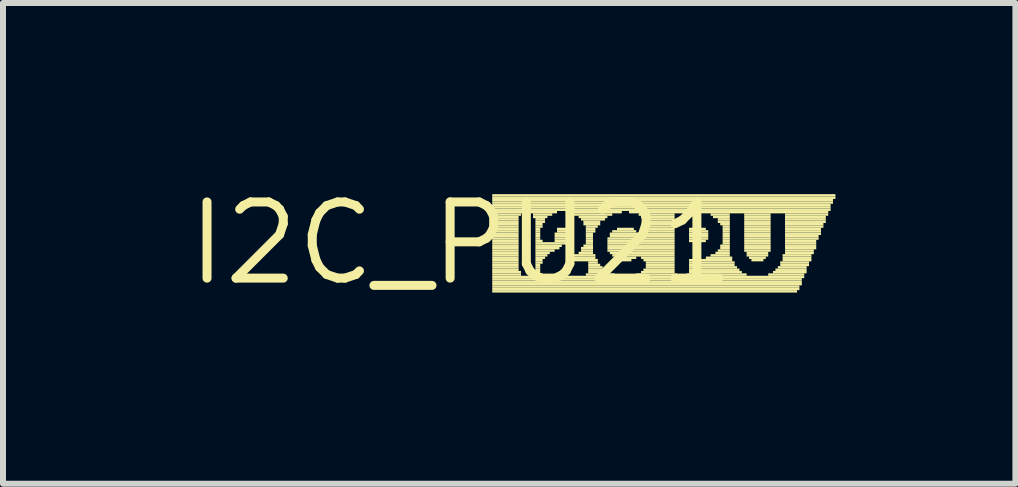
<source format=kicad_pcb>
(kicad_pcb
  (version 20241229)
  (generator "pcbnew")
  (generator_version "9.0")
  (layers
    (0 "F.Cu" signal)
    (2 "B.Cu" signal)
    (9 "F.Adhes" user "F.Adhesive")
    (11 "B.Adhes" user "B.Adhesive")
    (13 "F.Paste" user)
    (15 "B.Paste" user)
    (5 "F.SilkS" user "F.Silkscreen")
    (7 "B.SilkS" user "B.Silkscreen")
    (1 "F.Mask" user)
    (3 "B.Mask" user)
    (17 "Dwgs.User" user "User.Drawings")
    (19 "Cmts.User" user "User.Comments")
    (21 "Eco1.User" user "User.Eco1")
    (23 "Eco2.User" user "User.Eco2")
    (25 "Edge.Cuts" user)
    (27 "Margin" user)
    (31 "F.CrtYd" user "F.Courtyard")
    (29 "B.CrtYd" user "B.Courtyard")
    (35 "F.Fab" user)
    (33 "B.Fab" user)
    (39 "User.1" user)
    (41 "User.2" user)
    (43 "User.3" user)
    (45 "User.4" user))
  (footprint "I2C_PU21"
    (layer "F.Cu")
    (at 4.634 1.006)
    (property "Reference" "I2C_PU21" (at 0 0 0) (layer "F.SilkS") (effects (font (size 1.27 1.27) (thickness 0.15))))
    (fp_poly (pts (xy 0.52 -0.78) (xy 6.24 -0.78) (xy 6.24 -0.82) (xy 0.52 -0.82)) (stroke (width 0) (type solid)) (fill yes) (layer "F.SilkS"))
    (fp_poly (pts (xy 0.52 -0.74) (xy 6.24 -0.74) (xy 6.24 -0.78) (xy 0.52 -0.78)) (stroke (width 0) (type solid)) (fill yes) (layer "F.SilkS"))
    (fp_poly (pts (xy 0.52 -0.7) (xy 6.2 -0.7) (xy 6.2 -0.74) (xy 0.52 -0.74)) (stroke (width 0) (type solid)) (fill yes) (layer "F.SilkS"))
    (fp_poly (pts (xy 0.52 -0.66) (xy 6.2 -0.66) (xy 6.2 -0.7) (xy 0.52 -0.7)) (stroke (width 0) (type solid)) (fill yes) (layer "F.SilkS"))
    (fp_poly (pts (xy 0.52 -0.62) (xy 6.16 -0.62) (xy 6.16 -0.66) (xy 0.52 -0.66)) (stroke (width 0) (type solid)) (fill yes) (layer "F.SilkS"))
    (fp_poly (pts (xy 0.52 -0.58) (xy 6.16 -0.58) (xy 6.16 -0.62) (xy 0.52 -0.62)) (stroke (width 0) (type solid)) (fill yes) (layer "F.SilkS"))
    (fp_poly (pts (xy 0.52 -0.54) (xy 6.16 -0.54) (xy 6.16 -0.58) (xy 0.52 -0.58)) (stroke (width 0) (type solid)) (fill yes) (layer "F.SilkS"))
    (fp_poly (pts (xy 0.52 -0.5) (xy 1.6 -0.5) (xy 1.6 -0.54) (xy 0.52 -0.54)) (stroke (width 0) (type solid)) (fill yes) (layer "F.SilkS"))
    (fp_poly (pts (xy 0.52 -0.46) (xy 1 -0.46) (xy 1 -0.5) (xy 0.52 -0.5)) (stroke (width 0) (type solid)) (fill yes) (layer "F.SilkS"))
    (fp_poly (pts (xy 0.52 -0.42) (xy 0.96 -0.42) (xy 0.96 -0.46) (xy 0.52 -0.46)) (stroke (width 0) (type solid)) (fill yes) (layer "F.SilkS"))
    (fp_poly (pts (xy 0.52 -0.38) (xy 0.96 -0.38) (xy 0.96 -0.42) (xy 0.52 -0.42)) (stroke (width 0) (type solid)) (fill yes) (layer "F.SilkS"))
    (fp_poly (pts (xy 0.52 -0.34) (xy 0.96 -0.34) (xy 0.96 -0.38) (xy 0.52 -0.38)) (stroke (width 0) (type solid)) (fill yes) (layer "F.SilkS"))
    (fp_poly (pts (xy 0.52 -0.3) (xy 0.96 -0.3) (xy 0.96 -0.34) (xy 0.52 -0.34)) (stroke (width 0) (type solid)) (fill yes) (layer "F.SilkS"))
    (fp_poly (pts (xy 0.52 -0.26) (xy 0.96 -0.26) (xy 0.96 -0.3) (xy 0.52 -0.3)) (stroke (width 0) (type solid)) (fill yes) (layer "F.SilkS"))
    (fp_poly (pts (xy 0.52 -0.22) (xy 0.96 -0.22) (xy 0.96 -0.26) (xy 0.52 -0.26)) (stroke (width 0) (type solid)) (fill yes) (layer "F.SilkS"))
    (fp_poly (pts (xy 0.52 -0.18) (xy 0.96 -0.18) (xy 0.96 -0.22) (xy 0.52 -0.22)) (stroke (width 0) (type solid)) (fill yes) (layer "F.SilkS"))
    (fp_poly (pts (xy 0.52 -0.14) (xy 0.96 -0.14) (xy 0.96 -0.18) (xy 0.52 -0.18)) (stroke (width 0) (type solid)) (fill yes) (layer "F.SilkS"))
    (fp_poly (pts (xy 0.52 -0.1) (xy 0.96 -0.1) (xy 0.96 -0.14) (xy 0.52 -0.14)) (stroke (width 0) (type solid)) (fill yes) (layer "F.SilkS"))
    (fp_poly (pts (xy 0.52 -0.06) (xy 0.96 -0.06) (xy 0.96 -0.1) (xy 0.52 -0.1)) (stroke (width 0) (type solid)) (fill yes) (layer "F.SilkS"))
    (fp_poly (pts (xy 0.52 -0.02) (xy 0.96 -0.02) (xy 0.96 -0.06) (xy 0.52 -0.06)) (stroke (width 0) (type solid)) (fill yes) (layer "F.SilkS"))
    (fp_poly (pts (xy 0.52 0.02) (xy 0.96 0.02) (xy 0.96 -0.02) (xy 0.52 -0.02)) (stroke (width 0) (type solid)) (fill yes) (layer "F.SilkS"))
    (fp_poly (pts (xy 0.52 0.06) (xy 0.96 0.06) (xy 0.96 0.02) (xy 0.52 0.02)) (stroke (width 0) (type solid)) (fill yes) (layer "F.SilkS"))
    (fp_poly (pts (xy 0.52 0.1) (xy 0.96 0.1) (xy 0.96 0.06) (xy 0.52 0.06)) (stroke (width 0) (type solid)) (fill yes) (layer "F.SilkS"))
    (fp_poly (pts (xy 0.52 0.14) (xy 0.96 0.14) (xy 0.96 0.1) (xy 0.52 0.1)) (stroke (width 0) (type solid)) (fill yes) (layer "F.SilkS"))
    (fp_poly (pts (xy 0.52 0.18) (xy 0.96 0.18) (xy 0.96 0.14) (xy 0.52 0.14)) (stroke (width 0) (type solid)) (fill yes) (layer "F.SilkS"))
    (fp_poly (pts (xy 0.52 0.22) (xy 0.96 0.22) (xy 0.96 0.18) (xy 0.52 0.18)) (stroke (width 0) (type solid)) (fill yes) (layer "F.SilkS"))
    (fp_poly (pts (xy 0.52 0.26) (xy 0.96 0.26) (xy 0.96 0.22) (xy 0.52 0.22)) (stroke (width 0) (type solid)) (fill yes) (layer "F.SilkS"))
    (fp_poly (pts (xy 0.52 0.3) (xy 0.96 0.3) (xy 0.96 0.26) (xy 0.52 0.26)) (stroke (width 0) (type solid)) (fill yes) (layer "F.SilkS"))
    (fp_poly (pts (xy 0.52 0.34) (xy 0.96 0.34) (xy 0.96 0.3) (xy 0.52 0.3)) (stroke (width 0) (type solid)) (fill yes) (layer "F.SilkS"))
    (fp_poly (pts (xy 0.52 0.38) (xy 0.96 0.38) (xy 0.96 0.34) (xy 0.52 0.34)) (stroke (width 0) (type solid)) (fill yes) (layer "F.SilkS"))
    (fp_poly (pts (xy 0.52 0.42) (xy 0.96 0.42) (xy 0.96 0.38) (xy 0.52 0.38)) (stroke (width 0) (type solid)) (fill yes) (layer "F.SilkS"))
    (fp_poly (pts (xy 0.52 0.46) (xy 0.96 0.46) (xy 0.96 0.42) (xy 0.52 0.42)) (stroke (width 0) (type solid)) (fill yes) (layer "F.SilkS"))
    (fp_poly (pts (xy 0.52 0.5) (xy 1 0.5) (xy 1 0.46) (xy 0.52 0.46)) (stroke (width 0) (type solid)) (fill yes) (layer "F.SilkS"))
    (fp_poly (pts (xy 0.52 0.54) (xy 1 0.54) (xy 1 0.5) (xy 0.52 0.5)) (stroke (width 0) (type solid)) (fill yes) (layer "F.SilkS"))
    (fp_poly (pts (xy 0.52 0.58) (xy 5.72 0.58) (xy 5.72 0.54) (xy 0.52 0.54)) (stroke (width 0) (type solid)) (fill yes) (layer "F.SilkS"))
    (fp_poly (pts (xy 0.52 0.62) (xy 5.68 0.62) (xy 5.68 0.58) (xy 0.52 0.58)) (stroke (width 0) (type solid)) (fill yes) (layer "F.SilkS"))
    (fp_poly (pts (xy 0.52 0.66) (xy 5.68 0.66) (xy 5.68 0.62) (xy 0.52 0.62)) (stroke (width 0) (type solid)) (fill yes) (layer "F.SilkS"))
    (fp_poly (pts (xy 0.52 0.7) (xy 5.68 0.7) (xy 5.68 0.66) (xy 0.52 0.66)) (stroke (width 0) (type solid)) (fill yes) (layer "F.SilkS"))
    (fp_poly (pts (xy 0.52 0.74) (xy 5.64 0.74) (xy 5.64 0.7) (xy 0.52 0.7)) (stroke (width 0) (type solid)) (fill yes) (layer "F.SilkS"))
    (fp_poly (pts (xy 0.52 0.78) (xy 5.64 0.78) (xy 5.64 0.74) (xy 0.52 0.74)) (stroke (width 0) (type solid)) (fill yes) (layer "F.SilkS"))
    (fp_poly (pts (xy 0.52 0.82) (xy 5.6 0.82) (xy 5.6 0.78) (xy 0.52 0.78)) (stroke (width 0) (type solid)) (fill yes) (layer "F.SilkS"))
    (fp_poly (pts (xy 1.2 -0.46) (xy 1.52 -0.46) (xy 1.52 -0.5) (xy 1.2 -0.5)) (stroke (width 0) (type solid)) (fill yes) (layer "F.SilkS"))
    (fp_poly (pts (xy 1.2 -0.42) (xy 1.44 -0.42) (xy 1.44 -0.46) (xy 1.2 -0.46)) (stroke (width 0) (type solid)) (fill yes) (layer "F.SilkS"))
    (fp_poly (pts (xy 1.2 0.5) (xy 1.32 0.5) (xy 1.32 0.46) (xy 1.2 0.46)) (stroke (width 0) (type solid)) (fill yes) (layer "F.SilkS"))
    (fp_poly (pts (xy 1.2 0.54) (xy 1.36 0.54) (xy 1.36 0.5) (xy 1.2 0.5)) (stroke (width 0) (type solid)) (fill yes) (layer "F.SilkS"))
    (fp_poly (pts (xy 1.24 -0.38) (xy 1.4 -0.38) (xy 1.4 -0.42) (xy 1.24 -0.42)) (stroke (width 0) (type solid)) (fill yes) (layer "F.SilkS"))
    (fp_poly (pts (xy 1.24 -0.34) (xy 1.4 -0.34) (xy 1.4 -0.38) (xy 1.24 -0.38)) (stroke (width 0) (type solid)) (fill yes) (layer "F.SilkS"))
    (fp_poly (pts (xy 1.24 -0.3) (xy 1.36 -0.3) (xy 1.36 -0.34) (xy 1.24 -0.34)) (stroke (width 0) (type solid)) (fill yes) (layer "F.SilkS"))
    (fp_poly (pts (xy 1.24 -0.26) (xy 1.36 -0.26) (xy 1.36 -0.3) (xy 1.24 -0.3)) (stroke (width 0) (type solid)) (fill yes) (layer "F.SilkS"))
    (fp_poly (pts (xy 1.24 -0.22) (xy 1.32 -0.22) (xy 1.32 -0.26) (xy 1.24 -0.26)) (stroke (width 0) (type solid)) (fill yes) (layer "F.SilkS"))
    (fp_poly (pts (xy 1.24 -0.18) (xy 1.32 -0.18) (xy 1.32 -0.22) (xy 1.24 -0.22)) (stroke (width 0) (type solid)) (fill yes) (layer "F.SilkS"))
    (fp_poly (pts (xy 1.24 -0.14) (xy 1.32 -0.14) (xy 1.32 -0.18) (xy 1.24 -0.18)) (stroke (width 0) (type solid)) (fill yes) (layer "F.SilkS"))
    (fp_poly (pts (xy 1.24 -0.1) (xy 1.32 -0.1) (xy 1.32 -0.14) (xy 1.24 -0.14)) (stroke (width 0) (type solid)) (fill yes) (layer "F.SilkS"))
    (fp_poly (pts (xy 1.24 -0.06) (xy 1.32 -0.06) (xy 1.32 -0.1) (xy 1.24 -0.1)) (stroke (width 0) (type solid)) (fill yes) (layer "F.SilkS"))
    (fp_poly (pts (xy 1.24 -0.02) (xy 1.36 -0.02) (xy 1.36 -0.06) (xy 1.24 -0.06)) (stroke (width 0) (type solid)) (fill yes) (layer "F.SilkS"))
    (fp_poly (pts (xy 1.24 0.02) (xy 1.76 0.02) (xy 1.76 -0.02) (xy 1.24 -0.02)) (stroke (width 0) (type solid)) (fill yes) (layer "F.SilkS"))
    (fp_poly (pts (xy 1.24 0.06) (xy 1.68 0.06) (xy 1.68 0.02) (xy 1.24 0.02)) (stroke (width 0) (type solid)) (fill yes) (layer "F.SilkS"))
    (fp_poly (pts (xy 1.24 0.1) (xy 1.64 0.1) (xy 1.64 0.06) (xy 1.24 0.06)) (stroke (width 0) (type solid)) (fill yes) (layer "F.SilkS"))
    (fp_poly (pts (xy 1.24 0.14) (xy 1.56 0.14) (xy 1.56 0.1) (xy 1.24 0.1)) (stroke (width 0) (type solid)) (fill yes) (layer "F.SilkS"))
    (fp_poly (pts (xy 1.24 0.18) (xy 1.48 0.18) (xy 1.48 0.14) (xy 1.24 0.14)) (stroke (width 0) (type solid)) (fill yes) (layer "F.SilkS"))
    (fp_poly (pts (xy 1.24 0.22) (xy 1.44 0.22) (xy 1.44 0.18) (xy 1.24 0.18)) (stroke (width 0) (type solid)) (fill yes) (layer "F.SilkS"))
    (fp_poly (pts (xy 1.24 0.26) (xy 1.4 0.26) (xy 1.4 0.22) (xy 1.24 0.22)) (stroke (width 0) (type solid)) (fill yes) (layer "F.SilkS"))
    (fp_poly (pts (xy 1.24 0.3) (xy 1.36 0.3) (xy 1.36 0.26) (xy 1.24 0.26)) (stroke (width 0) (type solid)) (fill yes) (layer "F.SilkS"))
    (fp_poly (pts (xy 1.24 0.34) (xy 1.36 0.34) (xy 1.36 0.3) (xy 1.24 0.3)) (stroke (width 0) (type solid)) (fill yes) (layer "F.SilkS"))
    (fp_poly (pts (xy 1.24 0.38) (xy 1.32 0.38) (xy 1.32 0.34) (xy 1.24 0.34)) (stroke (width 0) (type solid)) (fill yes) (layer "F.SilkS"))
    (fp_poly (pts (xy 1.24 0.42) (xy 1.32 0.42) (xy 1.32 0.38) (xy 1.24 0.38)) (stroke (width 0) (type solid)) (fill yes) (layer "F.SilkS"))
    (fp_poly (pts (xy 1.24 0.46) (xy 1.32 0.46) (xy 1.32 0.42) (xy 1.24 0.42)) (stroke (width 0) (type solid)) (fill yes) (layer "F.SilkS"))
    (fp_poly (pts (xy 1.56 -0.14) (xy 1.84 -0.14) (xy 1.84 -0.18) (xy 1.56 -0.18)) (stroke (width 0) (type solid)) (fill yes) (layer "F.SilkS"))
    (fp_poly (pts (xy 1.56 -0.1) (xy 1.84 -0.1) (xy 1.84 -0.14) (xy 1.56 -0.14)) (stroke (width 0) (type solid)) (fill yes) (layer "F.SilkS"))
    (fp_poly (pts (xy 1.56 -0.06) (xy 1.8 -0.06) (xy 1.8 -0.1) (xy 1.56 -0.1)) (stroke (width 0) (type solid)) (fill yes) (layer "F.SilkS"))
    (fp_poly (pts (xy 1.56 -0.02) (xy 1.8 -0.02) (xy 1.8 -0.06) (xy 1.56 -0.06)) (stroke (width 0) (type solid)) (fill yes) (layer "F.SilkS"))
    (fp_poly (pts (xy 1.6 -0.22) (xy 1.8 -0.22) (xy 1.8 -0.26) (xy 1.6 -0.26)) (stroke (width 0) (type solid)) (fill yes) (layer "F.SilkS"))
    (fp_poly (pts (xy 1.6 -0.18) (xy 1.84 -0.18) (xy 1.84 -0.22) (xy 1.6 -0.22)) (stroke (width 0) (type solid)) (fill yes) (layer "F.SilkS"))
    (fp_poly (pts (xy 1.76 0.3) (xy 2.28 0.3) (xy 2.28 0.26) (xy 1.76 0.26)) (stroke (width 0) (type solid)) (fill yes) (layer "F.SilkS"))
    (fp_poly (pts (xy 1.8 -0.5) (xy 2.68 -0.5) (xy 2.68 -0.54) (xy 1.8 -0.54)) (stroke (width 0) (type solid)) (fill yes) (layer "F.SilkS"))
    (fp_poly (pts (xy 1.84 0.26) (xy 2.24 0.26) (xy 2.24 0.22) (xy 1.84 0.22)) (stroke (width 0) (type solid)) (fill yes) (layer "F.SilkS"))
    (fp_poly (pts (xy 1.88 -0.46) (xy 2.52 -0.46) (xy 2.52 -0.5) (xy 1.88 -0.5)) (stroke (width 0) (type solid)) (fill yes) (layer "F.SilkS"))
    (fp_poly (pts (xy 1.88 0.22) (xy 2.24 0.22) (xy 2.24 0.18) (xy 1.88 0.18)) (stroke (width 0) (type solid)) (fill yes) (layer "F.SilkS"))
    (fp_poly (pts (xy 1.96 -0.42) (xy 2.44 -0.42) (xy 2.44 -0.46) (xy 1.96 -0.46)) (stroke (width 0) (type solid)) (fill yes) (layer "F.SilkS"))
    (fp_poly (pts (xy 1.96 0.18) (xy 2.2 0.18) (xy 2.2 0.14) (xy 1.96 0.14)) (stroke (width 0) (type solid)) (fill yes) (layer "F.SilkS"))
    (fp_poly (pts (xy 2 -0.38) (xy 2.4 -0.38) (xy 2.4 -0.42) (xy 2 -0.42)) (stroke (width 0) (type solid)) (fill yes) (layer "F.SilkS"))
    (fp_poly (pts (xy 2 0.1) (xy 2.2 0.1) (xy 2.2 0.06) (xy 2 0.06)) (stroke (width 0) (type solid)) (fill yes) (layer "F.SilkS"))
    (fp_poly (pts (xy 2 0.14) (xy 2.2 0.14) (xy 2.2 0.1) (xy 2 0.1)) (stroke (width 0) (type solid)) (fill yes) (layer "F.SilkS"))
    (fp_poly (pts (xy 2.04 -0.34) (xy 2.32 -0.34) (xy 2.32 -0.38) (xy 2.04 -0.38)) (stroke (width 0) (type solid)) (fill yes) (layer "F.SilkS"))
    (fp_poly (pts (xy 2.04 -0.3) (xy 2.32 -0.3) (xy 2.32 -0.34) (xy 2.04 -0.34)) (stroke (width 0) (type solid)) (fill yes) (layer "F.SilkS"))
    (fp_poly (pts (xy 2.04 0.06) (xy 2.2 0.06) (xy 2.2 0.02) (xy 2.04 0.02)) (stroke (width 0) (type solid)) (fill yes) (layer "F.SilkS"))
    (fp_poly (pts (xy 2.08 -0.26) (xy 2.28 -0.26) (xy 2.28 -0.3) (xy 2.08 -0.3)) (stroke (width 0) (type solid)) (fill yes) (layer "F.SilkS"))
    (fp_poly (pts (xy 2.08 -0.22) (xy 2.24 -0.22) (xy 2.24 -0.26) (xy 2.08 -0.26)) (stroke (width 0) (type solid)) (fill yes) (layer "F.SilkS"))
    (fp_poly (pts (xy 2.08 -0.18) (xy 2.24 -0.18) (xy 2.24 -0.22) (xy 2.08 -0.22)) (stroke (width 0) (type solid)) (fill yes) (layer "F.SilkS"))
    (fp_poly (pts (xy 2.08 -0.14) (xy 2.2 -0.14) (xy 2.2 -0.18) (xy 2.08 -0.18)) (stroke (width 0) (type solid)) (fill yes) (layer "F.SilkS"))
    (fp_poly (pts (xy 2.08 -0.1) (xy 2.2 -0.1) (xy 2.2 -0.14) (xy 2.08 -0.14)) (stroke (width 0) (type solid)) (fill yes) (layer "F.SilkS"))
    (fp_poly (pts (xy 2.08 -0.06) (xy 2.2 -0.06) (xy 2.2 -0.1) (xy 2.08 -0.1)) (stroke (width 0) (type solid)) (fill yes) (layer "F.SilkS"))
    (fp_poly (pts (xy 2.08 -0.02) (xy 2.2 -0.02) (xy 2.2 -0.06) (xy 2.08 -0.06)) (stroke (width 0) (type solid)) (fill yes) (layer "F.SilkS"))
    (fp_poly (pts (xy 2.08 0.02) (xy 2.2 0.02) (xy 2.2 -0.02) (xy 2.08 -0.02)) (stroke (width 0) (type solid)) (fill yes) (layer "F.SilkS"))
    (fp_poly (pts (xy 2.08 0.54) (xy 2.56 0.54) (xy 2.56 0.5) (xy 2.08 0.5)) (stroke (width 0) (type solid)) (fill yes) (layer "F.SilkS"))
    (fp_poly (pts (xy 2.12 0.34) (xy 2.28 0.34) (xy 2.28 0.3) (xy 2.12 0.3)) (stroke (width 0) (type solid)) (fill yes) (layer "F.SilkS"))
    (fp_poly (pts (xy 2.12 0.38) (xy 2.32 0.38) (xy 2.32 0.34) (xy 2.12 0.34)) (stroke (width 0) (type solid)) (fill yes) (layer "F.SilkS"))
    (fp_poly (pts (xy 2.12 0.42) (xy 2.36 0.42) (xy 2.36 0.38) (xy 2.12 0.38)) (stroke (width 0) (type solid)) (fill yes) (layer "F.SilkS"))
    (fp_poly (pts (xy 2.12 0.46) (xy 2.4 0.46) (xy 2.4 0.42) (xy 2.12 0.42)) (stroke (width 0) (type solid)) (fill yes) (layer "F.SilkS"))
    (fp_poly (pts (xy 2.12 0.5) (xy 2.48 0.5) (xy 2.48 0.46) (xy 2.12 0.46)) (stroke (width 0) (type solid)) (fill yes) (layer "F.SilkS"))
    (fp_poly (pts (xy 2.44 -0.06) (xy 3.56 -0.06) (xy 3.56 -0.1) (xy 2.44 -0.1)) (stroke (width 0) (type solid)) (fill yes) (layer "F.SilkS"))
    (fp_poly (pts (xy 2.44 -0.02) (xy 3.56 -0.02) (xy 3.56 -0.06) (xy 2.44 -0.06)) (stroke (width 0) (type solid)) (fill yes) (layer "F.SilkS"))
    (fp_poly (pts (xy 2.44 0.02) (xy 3.56 0.02) (xy 3.56 -0.02) (xy 2.44 -0.02)) (stroke (width 0) (type solid)) (fill yes) (layer "F.SilkS"))
    (fp_poly (pts (xy 2.44 0.06) (xy 3.56 0.06) (xy 3.56 0.02) (xy 2.44 0.02)) (stroke (width 0) (type solid)) (fill yes) (layer "F.SilkS"))
    (fp_poly (pts (xy 2.44 0.1) (xy 3.56 0.1) (xy 3.56 0.06) (xy 2.44 0.06)) (stroke (width 0) (type solid)) (fill yes) (layer "F.SilkS"))
    (fp_poly (pts (xy 2.44 0.14) (xy 3.56 0.14) (xy 3.56 0.1) (xy 2.44 0.1)) (stroke (width 0) (type solid)) (fill yes) (layer "F.SilkS"))
    (fp_poly (pts (xy 2.48 -0.14) (xy 3.56 -0.14) (xy 3.56 -0.18) (xy 2.48 -0.18)) (stroke (width 0) (type solid)) (fill yes) (layer "F.SilkS"))
    (fp_poly (pts (xy 2.48 -0.1) (xy 3.56 -0.1) (xy 3.56 -0.14) (xy 2.48 -0.14)) (stroke (width 0) (type solid)) (fill yes) (layer "F.SilkS"))
    (fp_poly (pts (xy 2.48 0.18) (xy 3.56 0.18) (xy 3.56 0.14) (xy 2.48 0.14)) (stroke (width 0) (type solid)) (fill yes) (layer "F.SilkS"))
    (fp_poly (pts (xy 2.52 -0.18) (xy 2.92 -0.18) (xy 2.92 -0.22) (xy 2.52 -0.22)) (stroke (width 0) (type solid)) (fill yes) (layer "F.SilkS"))
    (fp_poly (pts (xy 2.52 0.22) (xy 3.56 0.22) (xy 3.56 0.18) (xy 2.52 0.18)) (stroke (width 0) (type solid)) (fill yes) (layer "F.SilkS"))
    (fp_poly (pts (xy 2.56 0.26) (xy 2.92 0.26) (xy 2.92 0.22) (xy 2.56 0.22)) (stroke (width 0) (type solid)) (fill yes) (layer "F.SilkS"))
    (fp_poly (pts (xy 2.6 -0.22) (xy 2.88 -0.22) (xy 2.88 -0.26) (xy 2.6 -0.26)) (stroke (width 0) (type solid)) (fill yes) (layer "F.SilkS"))
    (fp_poly (pts (xy 2.64 0.3) (xy 2.84 0.3) (xy 2.84 0.26) (xy 2.64 0.26)) (stroke (width 0) (type solid)) (fill yes) (layer "F.SilkS"))
    (fp_poly (pts (xy 2.8 -0.5) (xy 6.12 -0.5) (xy 6.12 -0.54) (xy 2.8 -0.54)) (stroke (width 0) (type solid)) (fill yes) (layer "F.SilkS"))
    (fp_poly (pts (xy 2.92 0.54) (xy 3.6 0.54) (xy 3.6 0.5) (xy 2.92 0.5)) (stroke (width 0) (type solid)) (fill yes) (layer "F.SilkS"))
    (fp_poly (pts (xy 2.96 -0.46) (xy 3.56 -0.46) (xy 3.56 -0.5) (xy 2.96 -0.5)) (stroke (width 0) (type solid)) (fill yes) (layer "F.SilkS"))
    (fp_poly (pts (xy 3 -0.42) (xy 3.56 -0.42) (xy 3.56 -0.46) (xy 3 -0.46)) (stroke (width 0) (type solid)) (fill yes) (layer "F.SilkS"))
    (fp_poly (pts (xy 3 -0.18) (xy 3.56 -0.18) (xy 3.56 -0.22) (xy 3 -0.22)) (stroke (width 0) (type solid)) (fill yes) (layer "F.SilkS"))
    (fp_poly (pts (xy 3 0.26) (xy 3.56 0.26) (xy 3.56 0.22) (xy 3 0.22)) (stroke (width 0) (type solid)) (fill yes) (layer "F.SilkS"))
    (fp_poly (pts (xy 3 0.5) (xy 3.56 0.5) (xy 3.56 0.46) (xy 3 0.46)) (stroke (width 0) (type solid)) (fill yes) (layer "F.SilkS"))
    (fp_poly (pts (xy 3.04 -0.22) (xy 3.56 -0.22) (xy 3.56 -0.26) (xy 3.04 -0.26)) (stroke (width 0) (type solid)) (fill yes) (layer "F.SilkS"))
    (fp_poly (pts (xy 3.04 0.3) (xy 3.56 0.3) (xy 3.56 0.26) (xy 3.04 0.26)) (stroke (width 0) (type solid)) (fill yes) (layer "F.SilkS"))
    (fp_poly (pts (xy 3.04 0.46) (xy 3.56 0.46) (xy 3.56 0.42) (xy 3.04 0.42)) (stroke (width 0) (type solid)) (fill yes) (layer "F.SilkS"))
    (fp_poly (pts (xy 3.08 -0.38) (xy 3.56 -0.38) (xy 3.56 -0.42) (xy 3.08 -0.42)) (stroke (width 0) (type solid)) (fill yes) (layer "F.SilkS"))
    (fp_poly (pts (xy 3.08 -0.34) (xy 3.56 -0.34) (xy 3.56 -0.38) (xy 3.08 -0.38)) (stroke (width 0) (type solid)) (fill yes) (layer "F.SilkS"))
    (fp_poly (pts (xy 3.08 -0.3) (xy 3.56 -0.3) (xy 3.56 -0.34) (xy 3.08 -0.34)) (stroke (width 0) (type solid)) (fill yes) (layer "F.SilkS"))
    (fp_poly (pts (xy 3.08 -0.26) (xy 3.56 -0.26) (xy 3.56 -0.3) (xy 3.08 -0.3)) (stroke (width 0) (type solid)) (fill yes) (layer "F.SilkS"))
    (fp_poly (pts (xy 3.08 0.34) (xy 3.56 0.34) (xy 3.56 0.3) (xy 3.08 0.3)) (stroke (width 0) (type solid)) (fill yes) (layer "F.SilkS"))
    (fp_poly (pts (xy 3.08 0.38) (xy 3.56 0.38) (xy 3.56 0.34) (xy 3.08 0.34)) (stroke (width 0) (type solid)) (fill yes) (layer "F.SilkS"))
    (fp_poly (pts (xy 3.08 0.42) (xy 3.56 0.42) (xy 3.56 0.38) (xy 3.08 0.38)) (stroke (width 0) (type solid)) (fill yes) (layer "F.SilkS"))
    (fp_poly (pts (xy 3.76 0.54) (xy 4.76 0.54) (xy 4.76 0.5) (xy 3.76 0.5)) (stroke (width 0) (type solid)) (fill yes) (layer "F.SilkS"))
    (fp_poly (pts (xy 3.8 -0.22) (xy 4.08 -0.22) (xy 4.08 -0.26) (xy 3.8 -0.26)) (stroke (width 0) (type solid)) (fill yes) (layer "F.SilkS"))
    (fp_poly (pts (xy 3.8 -0.18) (xy 4.12 -0.18) (xy 4.12 -0.22) (xy 3.8 -0.22)) (stroke (width 0) (type solid)) (fill yes) (layer "F.SilkS"))
    (fp_poly (pts (xy 3.8 -0.14) (xy 4.12 -0.14) (xy 4.12 -0.18) (xy 3.8 -0.18)) (stroke (width 0) (type solid)) (fill yes) (layer "F.SilkS"))
    (fp_poly (pts (xy 3.8 -0.1) (xy 4.12 -0.1) (xy 4.12 -0.14) (xy 3.8 -0.14)) (stroke (width 0) (type solid)) (fill yes) (layer "F.SilkS"))
    (fp_poly (pts (xy 3.8 -0.06) (xy 4.12 -0.06) (xy 4.12 -0.1) (xy 3.8 -0.1)) (stroke (width 0) (type solid)) (fill yes) (layer "F.SilkS"))
    (fp_poly (pts (xy 3.8 -0.02) (xy 4.08 -0.02) (xy 4.08 -0.06) (xy 3.8 -0.06)) (stroke (width 0) (type solid)) (fill yes) (layer "F.SilkS"))
    (fp_poly (pts (xy 3.8 0.3) (xy 4.52 0.3) (xy 4.52 0.26) (xy 3.8 0.26)) (stroke (width 0) (type solid)) (fill yes) (layer "F.SilkS"))
    (fp_poly (pts (xy 3.8 0.34) (xy 4.56 0.34) (xy 4.56 0.3) (xy 3.8 0.3)) (stroke (width 0) (type solid)) (fill yes) (layer "F.SilkS"))
    (fp_poly (pts (xy 3.8 0.38) (xy 4.56 0.38) (xy 4.56 0.34) (xy 3.8 0.34)) (stroke (width 0) (type solid)) (fill yes) (layer "F.SilkS"))
    (fp_poly (pts (xy 3.8 0.42) (xy 4.6 0.42) (xy 4.6 0.38) (xy 3.8 0.38)) (stroke (width 0) (type solid)) (fill yes) (layer "F.SilkS"))
    (fp_poly (pts (xy 3.8 0.46) (xy 4.64 0.46) (xy 4.64 0.42) (xy 3.8 0.42)) (stroke (width 0) (type solid)) (fill yes) (layer "F.SilkS"))
    (fp_poly (pts (xy 3.8 0.5) (xy 4.68 0.5) (xy 4.68 0.46) (xy 3.8 0.46)) (stroke (width 0) (type solid)) (fill yes) (layer "F.SilkS"))
    (fp_poly (pts (xy 4.08 0.26) (xy 4.52 0.26) (xy 4.52 0.22) (xy 4.08 0.22)) (stroke (width 0) (type solid)) (fill yes) (layer "F.SilkS"))
    (fp_poly (pts (xy 4.16 -0.46) (xy 4.48 -0.46) (xy 4.48 -0.5) (xy 4.16 -0.5)) (stroke (width 0) (type solid)) (fill yes) (layer "F.SilkS"))
    (fp_poly (pts (xy 4.16 0.22) (xy 4.48 0.22) (xy 4.48 0.18) (xy 4.16 0.18)) (stroke (width 0) (type solid)) (fill yes) (layer "F.SilkS"))
    (fp_poly (pts (xy 4.2 -0.42) (xy 4.48 -0.42) (xy 4.48 -0.46) (xy 4.2 -0.46)) (stroke (width 0) (type solid)) (fill yes) (layer "F.SilkS"))
    (fp_poly (pts (xy 4.24 0.18) (xy 4.48 0.18) (xy 4.48 0.14) (xy 4.24 0.14)) (stroke (width 0) (type solid)) (fill yes) (layer "F.SilkS"))
    (fp_poly (pts (xy 4.28 -0.38) (xy 4.48 -0.38) (xy 4.48 -0.42) (xy 4.28 -0.42)) (stroke (width 0) (type solid)) (fill yes) (layer "F.SilkS"))
    (fp_poly (pts (xy 4.28 -0.34) (xy 4.48 -0.34) (xy 4.48 -0.38) (xy 4.28 -0.38)) (stroke (width 0) (type solid)) (fill yes) (layer "F.SilkS"))
    (fp_poly (pts (xy 4.28 0.14) (xy 4.48 0.14) (xy 4.48 0.1) (xy 4.28 0.1)) (stroke (width 0) (type solid)) (fill yes) (layer "F.SilkS"))
    (fp_poly (pts (xy 4.32 -0.3) (xy 4.48 -0.3) (xy 4.48 -0.34) (xy 4.32 -0.34)) (stroke (width 0) (type solid)) (fill yes) (layer "F.SilkS"))
    (fp_poly (pts (xy 4.32 0.06) (xy 4.48 0.06) (xy 4.48 0.02) (xy 4.32 0.02)) (stroke (width 0) (type solid)) (fill yes) (layer "F.SilkS"))
    (fp_poly (pts (xy 4.32 0.1) (xy 4.48 0.1) (xy 4.48 0.06) (xy 4.32 0.06)) (stroke (width 0) (type solid)) (fill yes) (layer "F.SilkS"))
    (fp_poly (pts (xy 4.36 -0.26) (xy 4.48 -0.26) (xy 4.48 -0.3) (xy 4.36 -0.3)) (stroke (width 0) (type solid)) (fill yes) (layer "F.SilkS"))
    (fp_poly (pts (xy 4.36 -0.22) (xy 4.48 -0.22) (xy 4.48 -0.26) (xy 4.36 -0.26)) (stroke (width 0) (type solid)) (fill yes) (layer "F.SilkS"))
    (fp_poly (pts (xy 4.36 -0.18) (xy 4.48 -0.18) (xy 4.48 -0.22) (xy 4.36 -0.22)) (stroke (width 0) (type solid)) (fill yes) (layer "F.SilkS"))
    (fp_poly (pts (xy 4.36 -0.14) (xy 4.48 -0.14) (xy 4.48 -0.18) (xy 4.36 -0.18)) (stroke (width 0) (type solid)) (fill yes) (layer "F.SilkS"))
    (fp_poly (pts (xy 4.36 -0.1) (xy 4.48 -0.1) (xy 4.48 -0.14) (xy 4.36 -0.14)) (stroke (width 0) (type solid)) (fill yes) (layer "F.SilkS"))
    (fp_poly (pts (xy 4.36 -0.06) (xy 4.48 -0.06) (xy 4.48 -0.1) (xy 4.36 -0.1)) (stroke (width 0) (type solid)) (fill yes) (layer "F.SilkS"))
    (fp_poly (pts (xy 4.36 -0.02) (xy 4.48 -0.02) (xy 4.48 -0.06) (xy 4.36 -0.06)) (stroke (width 0) (type solid)) (fill yes) (layer "F.SilkS"))
    (fp_poly (pts (xy 4.36 0.02) (xy 4.48 0.02) (xy 4.48 -0.02) (xy 4.36 -0.02)) (stroke (width 0) (type solid)) (fill yes) (layer "F.SilkS"))
    (fp_poly (pts (xy 4.72 -0.46) (xy 5.16 -0.46) (xy 5.16 -0.5) (xy 4.72 -0.5)) (stroke (width 0) (type solid)) (fill yes) (layer "F.SilkS"))
    (fp_poly (pts (xy 4.72 -0.42) (xy 5.16 -0.42) (xy 5.16 -0.46) (xy 4.72 -0.46)) (stroke (width 0) (type solid)) (fill yes) (layer "F.SilkS"))
    (fp_poly (pts (xy 4.72 -0.38) (xy 5.16 -0.38) (xy 5.16 -0.42) (xy 4.72 -0.42)) (stroke (width 0) (type solid)) (fill yes) (layer "F.SilkS"))
    (fp_poly (pts (xy 4.72 -0.34) (xy 5.16 -0.34) (xy 5.16 -0.38) (xy 4.72 -0.38)) (stroke (width 0) (type solid)) (fill yes) (layer "F.SilkS"))
    (fp_poly (pts (xy 4.72 -0.3) (xy 5.16 -0.3) (xy 5.16 -0.34) (xy 4.72 -0.34)) (stroke (width 0) (type solid)) (fill yes) (layer "F.SilkS"))
    (fp_poly (pts (xy 4.72 -0.26) (xy 5.16 -0.26) (xy 5.16 -0.3) (xy 4.72 -0.3)) (stroke (width 0) (type solid)) (fill yes) (layer "F.SilkS"))
    (fp_poly (pts (xy 4.72 -0.22) (xy 5.16 -0.22) (xy 5.16 -0.26) (xy 4.72 -0.26)) (stroke (width 0) (type solid)) (fill yes) (layer "F.SilkS"))
    (fp_poly (pts (xy 4.72 -0.18) (xy 5.16 -0.18) (xy 5.16 -0.22) (xy 4.72 -0.22)) (stroke (width 0) (type solid)) (fill yes) (layer "F.SilkS"))
    (fp_poly (pts (xy 4.72 -0.14) (xy 5.16 -0.14) (xy 5.16 -0.18) (xy 4.72 -0.18)) (stroke (width 0) (type solid)) (fill yes) (layer "F.SilkS"))
    (fp_poly (pts (xy 4.72 -0.1) (xy 5.16 -0.1) (xy 5.16 -0.14) (xy 4.72 -0.14)) (stroke (width 0) (type solid)) (fill yes) (layer "F.SilkS"))
    (fp_poly (pts (xy 4.72 -0.06) (xy 5.16 -0.06) (xy 5.16 -0.1) (xy 4.72 -0.1)) (stroke (width 0) (type solid)) (fill yes) (layer "F.SilkS"))
    (fp_poly (pts (xy 4.72 -0.02) (xy 5.16 -0.02) (xy 5.16 -0.06) (xy 4.72 -0.06)) (stroke (width 0) (type solid)) (fill yes) (layer "F.SilkS"))
    (fp_poly (pts (xy 4.72 0.02) (xy 5.16 0.02) (xy 5.16 -0.02) (xy 4.72 -0.02)) (stroke (width 0) (type solid)) (fill yes) (layer "F.SilkS"))
    (fp_poly (pts (xy 4.72 0.06) (xy 5.16 0.06) (xy 5.16 0.02) (xy 4.72 0.02)) (stroke (width 0) (type solid)) (fill yes) (layer "F.SilkS"))
    (fp_poly (pts (xy 4.72 0.1) (xy 5.16 0.1) (xy 5.16 0.06) (xy 4.72 0.06)) (stroke (width 0) (type solid)) (fill yes) (layer "F.SilkS"))
    (fp_poly (pts (xy 4.72 0.14) (xy 5.16 0.14) (xy 5.16 0.1) (xy 4.72 0.1)) (stroke (width 0) (type solid)) (fill yes) (layer "F.SilkS"))
    (fp_poly (pts (xy 4.76 0.18) (xy 5.12 0.18) (xy 5.12 0.14) (xy 4.76 0.14)) (stroke (width 0) (type solid)) (fill yes) (layer "F.SilkS"))
    (fp_poly (pts (xy 4.76 0.22) (xy 5.12 0.22) (xy 5.12 0.18) (xy 4.76 0.18)) (stroke (width 0) (type solid)) (fill yes) (layer "F.SilkS"))
    (fp_poly (pts (xy 4.8 0.26) (xy 5.08 0.26) (xy 5.08 0.22) (xy 4.8 0.22)) (stroke (width 0) (type solid)) (fill yes) (layer "F.SilkS"))
    (fp_poly (pts (xy 4.84 0.3) (xy 5.04 0.3) (xy 5.04 0.26) (xy 4.84 0.26)) (stroke (width 0) (type solid)) (fill yes) (layer "F.SilkS"))
    (fp_poly (pts (xy 5.12 0.54) (xy 5.72 0.54) (xy 5.72 0.5) (xy 5.12 0.5)) (stroke (width 0) (type solid)) (fill yes) (layer "F.SilkS"))
    (fp_poly (pts (xy 5.2 0.5) (xy 5.76 0.5) (xy 5.76 0.46) (xy 5.2 0.46)) (stroke (width 0) (type solid)) (fill yes) (layer "F.SilkS"))
    (fp_poly (pts (xy 5.24 0.46) (xy 5.76 0.46) (xy 5.76 0.42) (xy 5.24 0.42)) (stroke (width 0) (type solid)) (fill yes) (layer "F.SilkS"))
    (fp_poly (pts (xy 5.28 0.42) (xy 5.76 0.42) (xy 5.76 0.38) (xy 5.28 0.38)) (stroke (width 0) (type solid)) (fill yes) (layer "F.SilkS"))
    (fp_poly (pts (xy 5.32 0.34) (xy 5.8 0.34) (xy 5.8 0.3) (xy 5.32 0.3)) (stroke (width 0) (type solid)) (fill yes) (layer "F.SilkS"))
    (fp_poly (pts (xy 5.32 0.38) (xy 5.8 0.38) (xy 5.8 0.34) (xy 5.32 0.34)) (stroke (width 0) (type solid)) (fill yes) (layer "F.SilkS"))
    (fp_poly (pts (xy 5.36 0.22) (xy 5.84 0.22) (xy 5.84 0.18) (xy 5.36 0.18)) (stroke (width 0) (type solid)) (fill yes) (layer "F.SilkS"))
    (fp_poly (pts (xy 5.36 0.26) (xy 5.84 0.26) (xy 5.84 0.22) (xy 5.36 0.22)) (stroke (width 0) (type solid)) (fill yes) (layer "F.SilkS"))
    (fp_poly (pts (xy 5.36 0.3) (xy 5.84 0.3) (xy 5.84 0.26) (xy 5.36 0.26)) (stroke (width 0) (type solid)) (fill yes) (layer "F.SilkS"))
    (fp_poly (pts (xy 5.4 -0.46) (xy 6.12 -0.46) (xy 6.12 -0.5) (xy 5.4 -0.5)) (stroke (width 0) (type solid)) (fill yes) (layer "F.SilkS"))
    (fp_poly (pts (xy 5.4 -0.42) (xy 6.08 -0.42) (xy 6.08 -0.46) (xy 5.4 -0.46)) (stroke (width 0) (type solid)) (fill yes) (layer "F.SilkS"))
    (fp_poly (pts (xy 5.4 -0.38) (xy 6.08 -0.38) (xy 6.08 -0.42) (xy 5.4 -0.42)) (stroke (width 0) (type solid)) (fill yes) (layer "F.SilkS"))
    (fp_poly (pts (xy 5.4 -0.34) (xy 6.08 -0.34) (xy 6.08 -0.38) (xy 5.4 -0.38)) (stroke (width 0) (type solid)) (fill yes) (layer "F.SilkS"))
    (fp_poly (pts (xy 5.4 -0.3) (xy 6.04 -0.3) (xy 6.04 -0.34) (xy 5.4 -0.34)) (stroke (width 0) (type solid)) (fill yes) (layer "F.SilkS"))
    (fp_poly (pts (xy 5.4 -0.26) (xy 6.04 -0.26) (xy 6.04 -0.3) (xy 5.4 -0.3)) (stroke (width 0) (type solid)) (fill yes) (layer "F.SilkS"))
    (fp_poly (pts (xy 5.4 -0.22) (xy 6 -0.22) (xy 6 -0.26) (xy 5.4 -0.26)) (stroke (width 0) (type solid)) (fill yes) (layer "F.SilkS"))
    (fp_poly (pts (xy 5.4 -0.18) (xy 6 -0.18) (xy 6 -0.22) (xy 5.4 -0.22)) (stroke (width 0) (type solid)) (fill yes) (layer "F.SilkS"))
    (fp_poly (pts (xy 5.4 -0.14) (xy 6 -0.14) (xy 6 -0.18) (xy 5.4 -0.18)) (stroke (width 0) (type solid)) (fill yes) (layer "F.SilkS"))
    (fp_poly (pts (xy 5.4 -0.1) (xy 5.96 -0.1) (xy 5.96 -0.14) (xy 5.4 -0.14)) (stroke (width 0) (type solid)) (fill yes) (layer "F.SilkS"))
    (fp_poly (pts (xy 5.4 -0.06) (xy 5.96 -0.06) (xy 5.96 -0.1) (xy 5.4 -0.1)) (stroke (width 0) (type solid)) (fill yes) (layer "F.SilkS"))
    (fp_poly (pts (xy 5.4 -0.02) (xy 5.92 -0.02) (xy 5.92 -0.06) (xy 5.4 -0.06)) (stroke (width 0) (type solid)) (fill yes) (layer "F.SilkS"))
    (fp_poly (pts (xy 5.4 0.02) (xy 5.92 0.02) (xy 5.92 -0.02) (xy 5.4 -0.02)) (stroke (width 0) (type solid)) (fill yes) (layer "F.SilkS"))
    (fp_poly (pts (xy 5.4 0.06) (xy 5.92 0.06) (xy 5.92 0.02) (xy 5.4 0.02)) (stroke (width 0) (type solid)) (fill yes) (layer "F.SilkS"))
    (fp_poly (pts (xy 5.4 0.1) (xy 5.92 0.1) (xy 5.92 0.06) (xy 5.4 0.06)) (stroke (width 0) (type solid)) (fill yes) (layer "F.SilkS"))
    (fp_poly (pts (xy 5.4 0.14) (xy 5.88 0.14) (xy 5.88 0.1) (xy 5.4 0.1)) (stroke (width 0) (type solid)) (fill yes) (layer "F.SilkS"))
    (fp_poly (pts (xy 5.4 0.18) (xy 5.88 0.18) (xy 5.88 0.14) (xy 5.4 0.14)) (stroke (width 0) (type solid)) (fill yes) (layer "F.SilkS")))
  (gr_rect
    (start -3 -3)
    (end 13.874 5.012)
    (stroke (width 0.1) (type default))
    (fill no)
    (layer "Edge.Cuts")))
</source>
